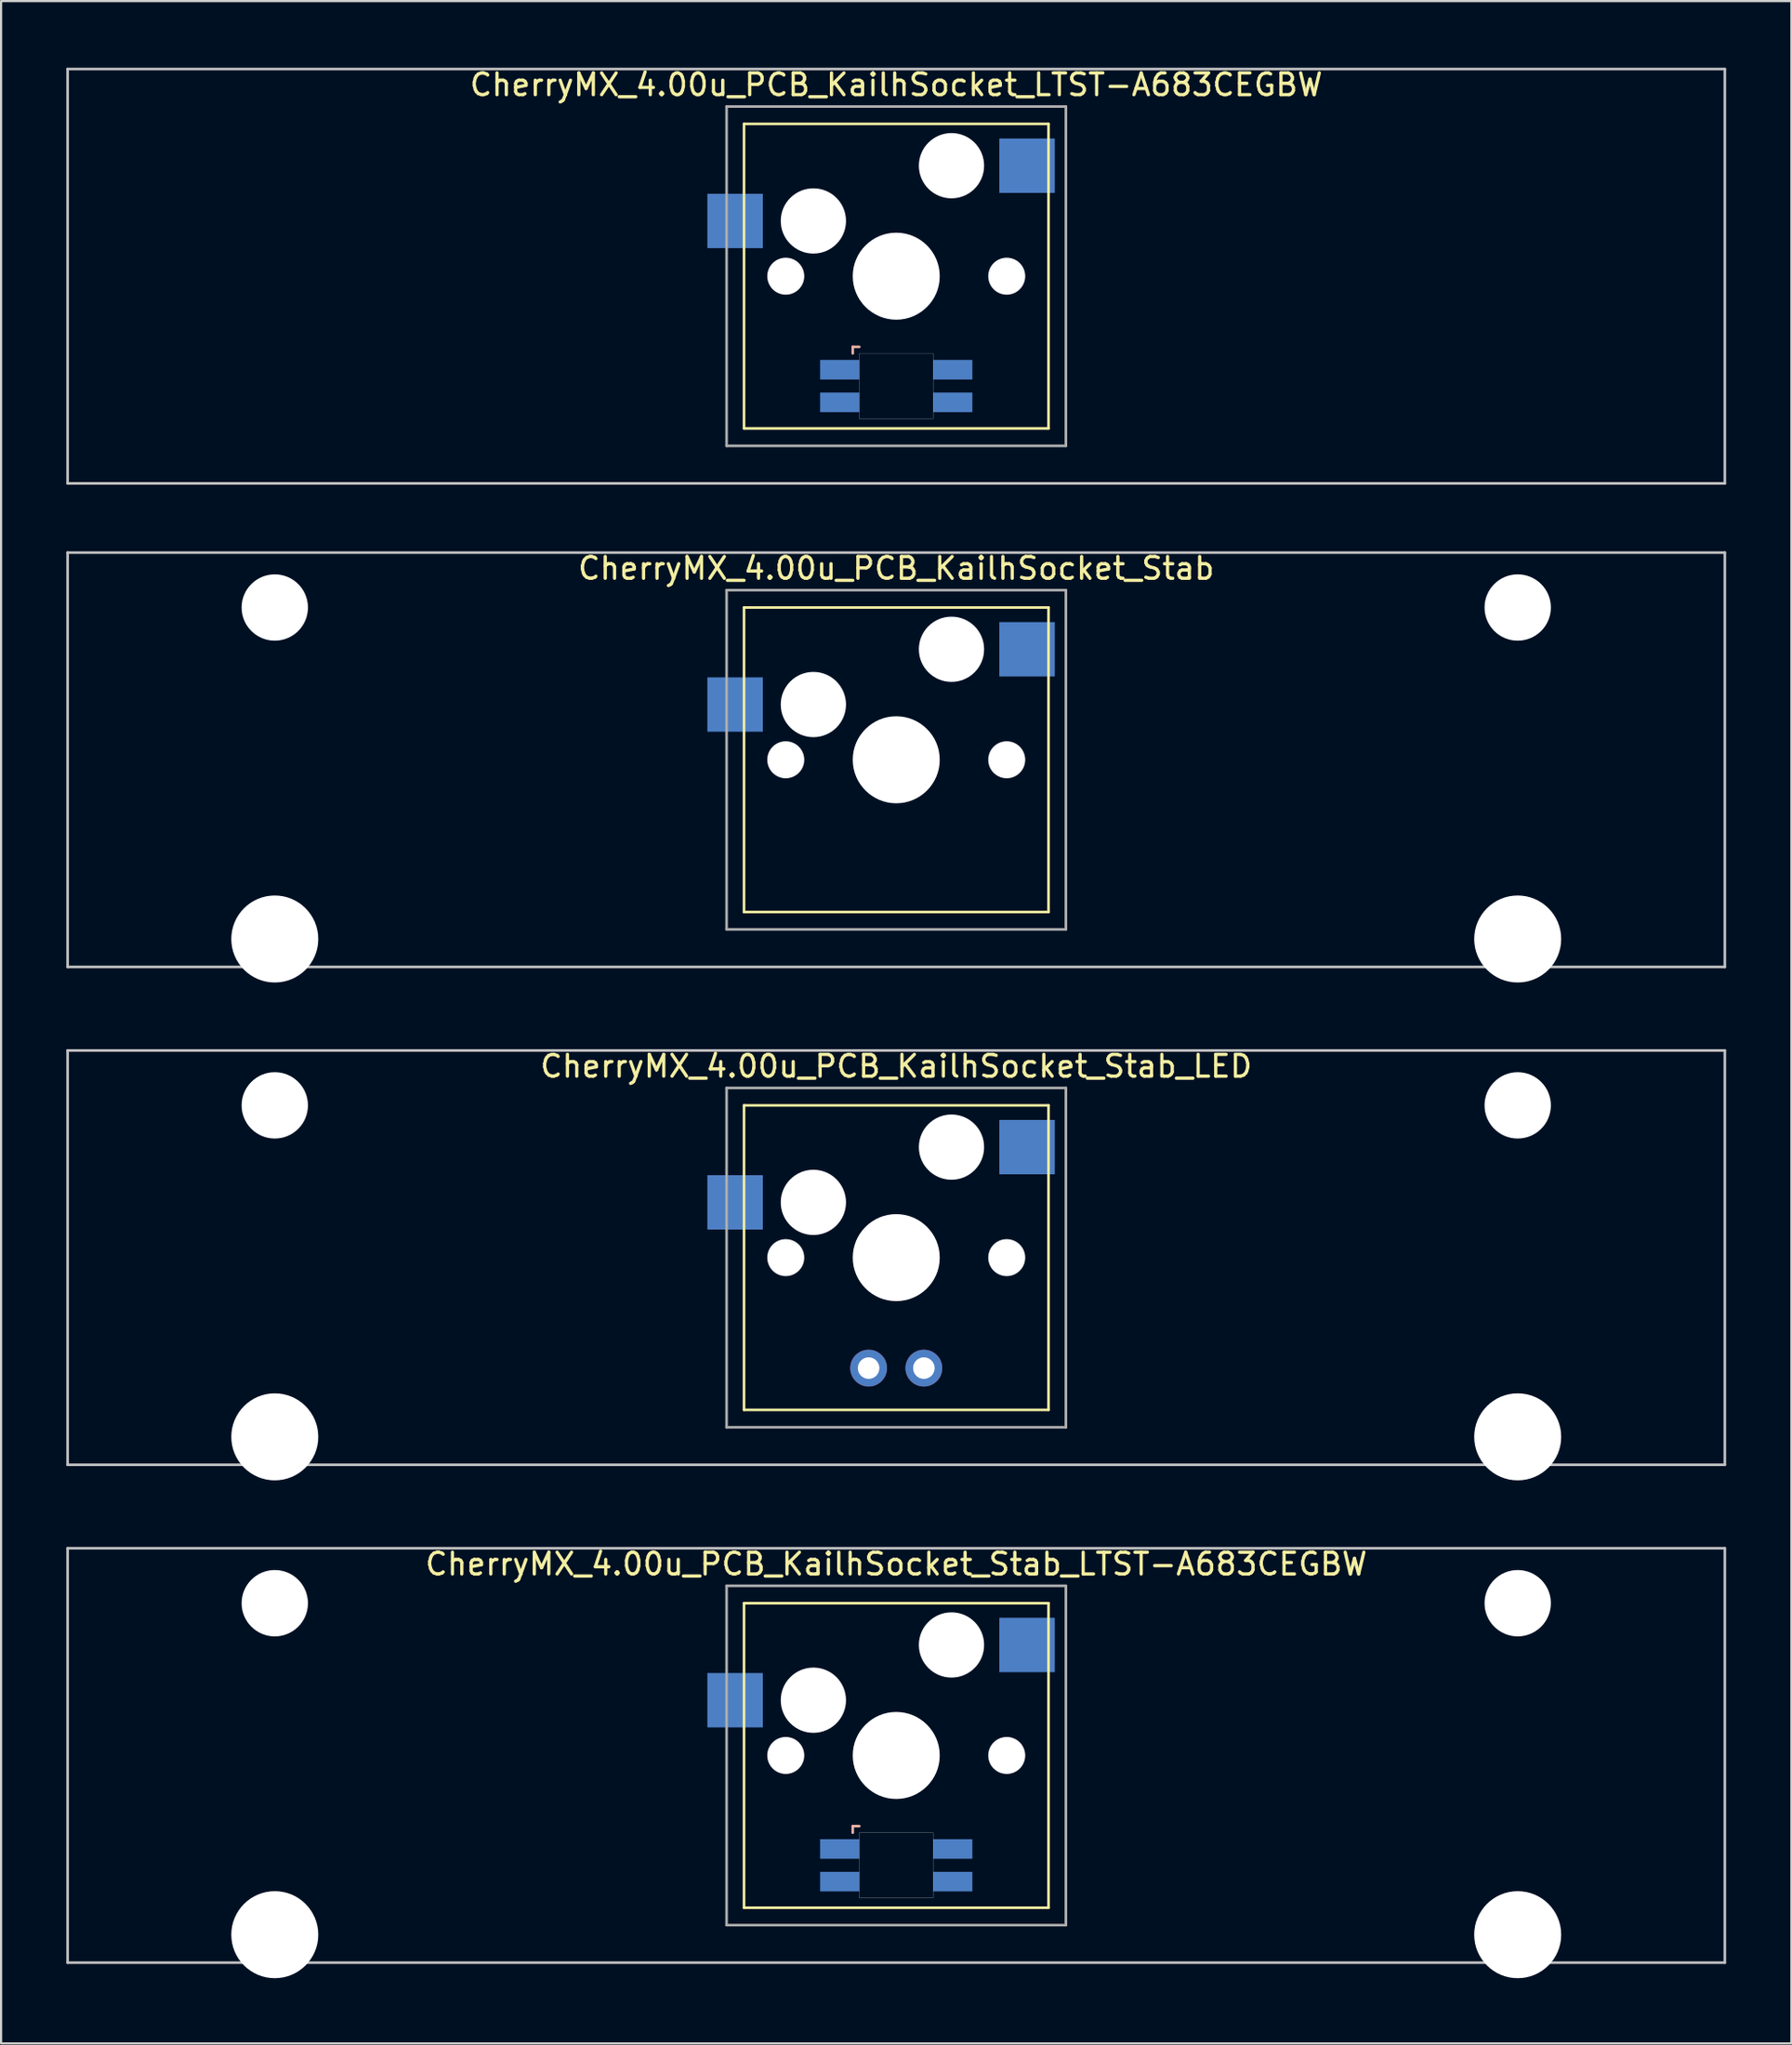
<source format=kicad_pcb>
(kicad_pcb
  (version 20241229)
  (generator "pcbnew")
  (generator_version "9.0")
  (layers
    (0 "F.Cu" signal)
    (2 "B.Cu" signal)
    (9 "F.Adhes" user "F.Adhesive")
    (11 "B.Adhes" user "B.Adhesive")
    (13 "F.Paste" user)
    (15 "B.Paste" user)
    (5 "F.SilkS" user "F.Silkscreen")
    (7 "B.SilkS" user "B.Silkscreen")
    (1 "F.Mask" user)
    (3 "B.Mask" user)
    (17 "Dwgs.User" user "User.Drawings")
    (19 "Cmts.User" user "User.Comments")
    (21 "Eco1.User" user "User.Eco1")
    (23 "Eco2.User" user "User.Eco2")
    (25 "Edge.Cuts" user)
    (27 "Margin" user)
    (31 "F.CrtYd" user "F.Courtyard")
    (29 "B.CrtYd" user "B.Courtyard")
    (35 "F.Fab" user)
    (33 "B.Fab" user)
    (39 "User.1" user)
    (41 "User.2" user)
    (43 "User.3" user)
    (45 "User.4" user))
  (footprint "CherryMX_4.00u_PCB_KailhSocket_LTST-A683CEGBW"
    (layer "F.Cu")
    (at 38.16 9.648)
    (property "Reference" "CherryMX_4.00u_PCB_KailhSocket_LTST-A683CEGBW" (at 0 -8.8 0) (layer "F.SilkS") (effects (font (size 1 1) (thickness 0.15))))
    (attr through_hole)
    (fp_line (start -7 -7) (end -7 7) (stroke (width 0.12) (type solid)) (layer "F.SilkS"))
    (fp_line (start -7 -7) (end 7 -7) (stroke (width 0.12) (type solid)) (layer "F.SilkS"))
    (fp_line (start 7 -7) (end 7 7) (stroke (width 0.12) (type solid)) (layer "F.SilkS"))
    (fp_line (start 7 7) (end -7 7) (stroke (width 0.12) (type solid)) (layer "F.SilkS"))
    (fp_line (start -2 3.25) (end -2 3.55) (stroke (width 0.12) (type solid)) (layer "B.SilkS"))
    (fp_line (start -1.7 3.25) (end -2 3.25) (stroke (width 0.12) (type solid)) (layer "B.SilkS"))
    (fp_line (start -38.1 -9.525) (end 38.1 -9.525) (stroke (width 0.12) (type solid)) (layer "Dwgs.User"))
    (fp_line (start -38.1 9.525) (end -38.1 -9.525) (stroke (width 0.12) (type solid)) (layer "Dwgs.User"))
    (fp_line (start 38.1 -9.525) (end 38.1 9.525) (stroke (width 0.12) (type solid)) (layer "Dwgs.User"))
    (fp_line (start 38.1 9.525) (end -38.1 9.525) (stroke (width 0.12) (type solid)) (layer "Dwgs.User"))
    (fp_poly (pts (xy 1.7 6.55) (xy -1.7 6.55) (xy -1.7 3.55) (xy 1.7 3.55)) (stroke (width 0.01) (type solid)) (fill no) (layer "Edge.Cuts"))
    (fp_line (start -7.8 -7.8) (end -7.8 7.8) (stroke (width 0.12) (type solid)) (layer "F.Fab"))
    (fp_line (start -7.8 -7.8) (end 7.8 -7.8) (stroke (width 0.12) (type solid)) (layer "F.Fab"))
    (fp_line (start -7.8 7.8) (end 7.8 7.8) (stroke (width 0.12) (type solid)) (layer "F.Fab"))
    (fp_line (start 7.8 -7.8) (end 7.8 7.8) (stroke (width 0.12) (type solid)) (layer "F.Fab"))
    (pad "" np_thru_hole circle (at -5.08 0) (size 1.7 1.7) (drill 1.7) (layers "*.Cu" "*.Mask"))
    (pad "" np_thru_hole circle (at -3.81 -2.54) (size 3 3) (drill 3) (layers "*.Cu" "*.Mask"))
    (pad "" np_thru_hole circle (at 0 0) (size 4 4) (drill 4) (layers "*.Cu" "*.Mask"))
    (pad "" np_thru_hole circle (at 2.54 -5.08) (size 3 3) (drill 3) (layers "*.Cu" "*.Mask"))
    (pad "" np_thru_hole circle (at 5.08 0) (size 1.7 1.7) (drill 1.7) (layers "*.Cu" "*.Mask"))
    (pad "1" smd rect (at -7.41 -2.54) (size 2.55 2.5) (layers "B.Cu" "B.Mask" "B.Paste"))
    (pad "2" smd rect (at 6.015 -5.08) (size 2.55 2.5) (layers "B.Cu" "B.Mask" "B.Paste"))
    (pad "3" smd rect (at -2.6 4.3) (size 1.8 0.9) (layers "B.Cu" "B.Mask" "B.Paste"))
    (pad "4" smd rect (at -2.6 5.8) (size 1.8 0.9) (layers "B.Cu" "B.Mask" "B.Paste"))
    (pad "5" smd rect (at 2.6 4.3) (size 1.8 0.9) (layers "B.Cu" "B.Mask" "B.Paste"))
    (pad "6" smd rect (at 2.6 5.8) (size 1.8 0.9) (layers "B.Cu" "B.Mask" "B.Paste")))
  (footprint "CherryMX_4.00u_PCB_KailhSocket_Stab_LED"
    (layer "F.Cu")
    (at 38.16 54.77)
    (property "Reference" "CherryMX_4.00u_PCB_KailhSocket_Stab_LED" (at 0 -8.8 0) (layer "F.SilkS") (effects (font (size 1 1) (thickness 0.15))))
    (attr through_hole)
    (fp_line (start -7 -7) (end -7 7) (stroke (width 0.12) (type solid)) (layer "F.SilkS"))
    (fp_line (start -7 -7) (end 7 -7) (stroke (width 0.12) (type solid)) (layer "F.SilkS"))
    (fp_line (start 7 -7) (end 7 7) (stroke (width 0.12) (type solid)) (layer "F.SilkS"))
    (fp_line (start 7 7) (end -7 7) (stroke (width 0.12) (type solid)) (layer "F.SilkS"))
    (fp_line (start -38.1 -9.525) (end 38.1 -9.525) (stroke (width 0.12) (type solid)) (layer "Dwgs.User"))
    (fp_line (start -38.1 9.525) (end -38.1 -9.525) (stroke (width 0.12) (type solid)) (layer "Dwgs.User"))
    (fp_line (start 38.1 -9.525) (end 38.1 9.525) (stroke (width 0.12) (type solid)) (layer "Dwgs.User"))
    (fp_line (start 38.1 9.525) (end -38.1 9.525) (stroke (width 0.12) (type solid)) (layer "Dwgs.User"))
    (fp_line (start -7.8 -7.8) (end -7.8 7.8) (stroke (width 0.12) (type solid)) (layer "F.Fab"))
    (fp_line (start -7.8 -7.8) (end 7.8 -7.8) (stroke (width 0.12) (type solid)) (layer "F.Fab"))
    (fp_line (start -7.8 7.8) (end 7.8 7.8) (stroke (width 0.12) (type solid)) (layer "F.Fab"))
    (fp_line (start 7.8 -7.8) (end 7.8 7.8) (stroke (width 0.12) (type solid)) (layer "F.Fab"))
    (pad "" np_thru_hole circle (at -28.575 -7) (size 3.05 3.05) (drill 3.05) (layers "*.Cu" "*.Mask"))
    (pad "" np_thru_hole circle (at -28.575 8.24) (size 4 4) (drill 4) (layers "*.Cu" "*.Mask"))
    (pad "" np_thru_hole circle (at -5.08 0) (size 1.7 1.7) (drill 1.7) (layers "*.Cu" "*.Mask"))
    (pad "" np_thru_hole circle (at -3.81 -2.54) (size 3 3) (drill 3) (layers "*.Cu" "*.Mask"))
    (pad "" np_thru_hole circle (at 0 0) (size 4 4) (drill 4) (layers "*.Cu" "*.Mask"))
    (pad "" np_thru_hole circle (at 2.54 -5.08) (size 3 3) (drill 3) (layers "*.Cu" "*.Mask"))
    (pad "" np_thru_hole circle (at 5.08 0) (size 1.7 1.7) (drill 1.7) (layers "*.Cu" "*.Mask"))
    (pad "" np_thru_hole circle (at 28.575 -7) (size 3.05 3.05) (drill 3.05) (layers "*.Cu" "*.Mask"))
    (pad "" np_thru_hole circle (at 28.575 8.24) (size 4 4) (drill 4) (layers "*.Cu" "*.Mask"))
    (pad "1" smd rect (at -7.41 -2.54) (size 2.55 2.5) (layers "B.Cu" "B.Mask" "B.Paste"))
    (pad "2" smd rect (at 6.015 -5.08) (size 2.55 2.5) (layers "B.Cu" "B.Mask" "B.Paste"))
    (pad "3" thru_hole circle (at -1.27 5.08) (size 1.691 1.691) (drill 0.991) (layers "*.Cu" "*.Mask"))
    (pad "4" thru_hole circle (at 1.27 5.08) (size 1.691 1.691) (drill 0.991) (layers "*.Cu" "*.Mask")))
  (footprint "CherryMX_4.00u_PCB_KailhSocket_Stab_LTST-A683CEGBW"
    (layer "F.Cu")
    (at 38.16 77.658)
    (property "Reference" "CherryMX_4.00u_PCB_KailhSocket_Stab_LTST-A683CEGBW" (at 0 -8.8 0) (layer "F.SilkS") (effects (font (size 1 1) (thickness 0.15))))
    (attr through_hole)
    (fp_line (start -7 -7) (end -7 7) (stroke (width 0.12) (type solid)) (layer "F.SilkS"))
    (fp_line (start -7 -7) (end 7 -7) (stroke (width 0.12) (type solid)) (layer "F.SilkS"))
    (fp_line (start 7 -7) (end 7 7) (stroke (width 0.12) (type solid)) (layer "F.SilkS"))
    (fp_line (start 7 7) (end -7 7) (stroke (width 0.12) (type solid)) (layer "F.SilkS"))
    (fp_line (start -2 3.25) (end -2 3.55) (stroke (width 0.12) (type solid)) (layer "B.SilkS"))
    (fp_line (start -1.7 3.25) (end -2 3.25) (stroke (width 0.12) (type solid)) (layer "B.SilkS"))
    (fp_line (start -38.1 -9.525) (end 38.1 -9.525) (stroke (width 0.12) (type solid)) (layer "Dwgs.User"))
    (fp_line (start -38.1 9.525) (end -38.1 -9.525) (stroke (width 0.12) (type solid)) (layer "Dwgs.User"))
    (fp_line (start 38.1 -9.525) (end 38.1 9.525) (stroke (width 0.12) (type solid)) (layer "Dwgs.User"))
    (fp_line (start 38.1 9.525) (end -38.1 9.525) (stroke (width 0.12) (type solid)) (layer "Dwgs.User"))
    (fp_poly (pts (xy 1.7 6.55) (xy -1.7 6.55) (xy -1.7 3.55) (xy 1.7 3.55)) (stroke (width 0.01) (type solid)) (fill no) (layer "Edge.Cuts"))
    (fp_line (start -7.8 -7.8) (end -7.8 7.8) (stroke (width 0.12) (type solid)) (layer "F.Fab"))
    (fp_line (start -7.8 -7.8) (end 7.8 -7.8) (stroke (width 0.12) (type solid)) (layer "F.Fab"))
    (fp_line (start -7.8 7.8) (end 7.8 7.8) (stroke (width 0.12) (type solid)) (layer "F.Fab"))
    (fp_line (start 7.8 -7.8) (end 7.8 7.8) (stroke (width 0.12) (type solid)) (layer "F.Fab"))
    (pad "" np_thru_hole circle (at -28.575 -7) (size 3.05 3.05) (drill 3.05) (layers "*.Cu" "*.Mask"))
    (pad "" np_thru_hole circle (at -28.575 8.24) (size 4 4) (drill 4) (layers "*.Cu" "*.Mask"))
    (pad "" np_thru_hole circle (at -5.08 0) (size 1.7 1.7) (drill 1.7) (layers "*.Cu" "*.Mask"))
    (pad "" np_thru_hole circle (at -3.81 -2.54) (size 3 3) (drill 3) (layers "*.Cu" "*.Mask"))
    (pad "" np_thru_hole circle (at 0 0) (size 4 4) (drill 4) (layers "*.Cu" "*.Mask"))
    (pad "" np_thru_hole circle (at 2.54 -5.08) (size 3 3) (drill 3) (layers "*.Cu" "*.Mask"))
    (pad "" np_thru_hole circle (at 5.08 0) (size 1.7 1.7) (drill 1.7) (layers "*.Cu" "*.Mask"))
    (pad "" np_thru_hole circle (at 28.575 -7) (size 3.05 3.05) (drill 3.05) (layers "*.Cu" "*.Mask"))
    (pad "" np_thru_hole circle (at 28.575 8.24) (size 4 4) (drill 4) (layers "*.Cu" "*.Mask"))
    (pad "1" smd rect (at -7.41 -2.54) (size 2.55 2.5) (layers "B.Cu" "B.Mask" "B.Paste"))
    (pad "2" smd rect (at 6.015 -5.08) (size 2.55 2.5) (layers "B.Cu" "B.Mask" "B.Paste"))
    (pad "3" smd rect (at -2.6 4.3) (size 1.8 0.9) (layers "B.Cu" "B.Mask" "B.Paste"))
    (pad "4" smd rect (at -2.6 5.8) (size 1.8 0.9) (layers "B.Cu" "B.Mask" "B.Paste"))
    (pad "5" smd rect (at 2.6 4.3) (size 1.8 0.9) (layers "B.Cu" "B.Mask" "B.Paste"))
    (pad "6" smd rect (at 2.6 5.8) (size 1.8 0.9) (layers "B.Cu" "B.Mask" "B.Paste")))
  (footprint "CherryMX_4.00u_PCB_KailhSocket_Stab"
    (layer "F.Cu")
    (at 38.16 31.881)
    (property "Reference" "CherryMX_4.00u_PCB_KailhSocket_Stab" (at 0 -8.8 0) (layer "F.SilkS") (effects (font (size 1 1) (thickness 0.15))))
    (attr through_hole)
    (fp_line (start -7 -7) (end -7 7) (stroke (width 0.12) (type solid)) (layer "F.SilkS"))
    (fp_line (start -7 -7) (end 7 -7) (stroke (width 0.12) (type solid)) (layer "F.SilkS"))
    (fp_line (start 7 -7) (end 7 7) (stroke (width 0.12) (type solid)) (layer "F.SilkS"))
    (fp_line (start 7 7) (end -7 7) (stroke (width 0.12) (type solid)) (layer "F.SilkS"))
    (fp_line (start -38.1 -9.525) (end 38.1 -9.525) (stroke (width 0.12) (type solid)) (layer "Dwgs.User"))
    (fp_line (start -38.1 9.525) (end -38.1 -9.525) (stroke (width 0.12) (type solid)) (layer "Dwgs.User"))
    (fp_line (start 38.1 -9.525) (end 38.1 9.525) (stroke (width 0.12) (type solid)) (layer "Dwgs.User"))
    (fp_line (start 38.1 9.525) (end -38.1 9.525) (stroke (width 0.12) (type solid)) (layer "Dwgs.User"))
    (fp_line (start -7.8 -7.8) (end -7.8 7.8) (stroke (width 0.12) (type solid)) (layer "F.Fab"))
    (fp_line (start -7.8 -7.8) (end 7.8 -7.8) (stroke (width 0.12) (type solid)) (layer "F.Fab"))
    (fp_line (start -7.8 7.8) (end 7.8 7.8) (stroke (width 0.12) (type solid)) (layer "F.Fab"))
    (fp_line (start 7.8 -7.8) (end 7.8 7.8) (stroke (width 0.12) (type solid)) (layer "F.Fab"))
    (pad "" np_thru_hole circle (at -28.575 -7) (size 3.05 3.05) (drill 3.05) (layers "*.Cu" "*.Mask"))
    (pad "" np_thru_hole circle (at -28.575 8.24) (size 4 4) (drill 4) (layers "*.Cu" "*.Mask"))
    (pad "" np_thru_hole circle (at -5.08 0) (size 1.7 1.7) (drill 1.7) (layers "*.Cu" "*.Mask"))
    (pad "" np_thru_hole circle (at -3.81 -2.54) (size 3 3) (drill 3) (layers "*.Cu" "*.Mask"))
    (pad "" np_thru_hole circle (at 0 0) (size 4 4) (drill 4) (layers "*.Cu" "*.Mask"))
    (pad "" np_thru_hole circle (at 2.54 -5.08) (size 3 3) (drill 3) (layers "*.Cu" "*.Mask"))
    (pad "" np_thru_hole circle (at 5.08 0) (size 1.7 1.7) (drill 1.7) (layers "*.Cu" "*.Mask"))
    (pad "" np_thru_hole circle (at 28.575 -7) (size 3.05 3.05) (drill 3.05) (layers "*.Cu" "*.Mask"))
    (pad "" np_thru_hole circle (at 28.575 8.24) (size 4 4) (drill 4) (layers "*.Cu" "*.Mask"))
    (pad "1" smd rect (at -7.41 -2.54) (size 2.55 2.5) (layers "B.Cu" "B.Mask" "B.Paste"))
    (pad "2" smd rect (at 6.015 -5.08) (size 2.55 2.5) (layers "B.Cu" "B.Mask" "B.Paste")))
  (gr_rect
    (start -3 -3)
    (end 79.32 90.898)
    (stroke (width 0.1) (type default))
    (fill no)
    (layer "Edge.Cuts")))
</source>
